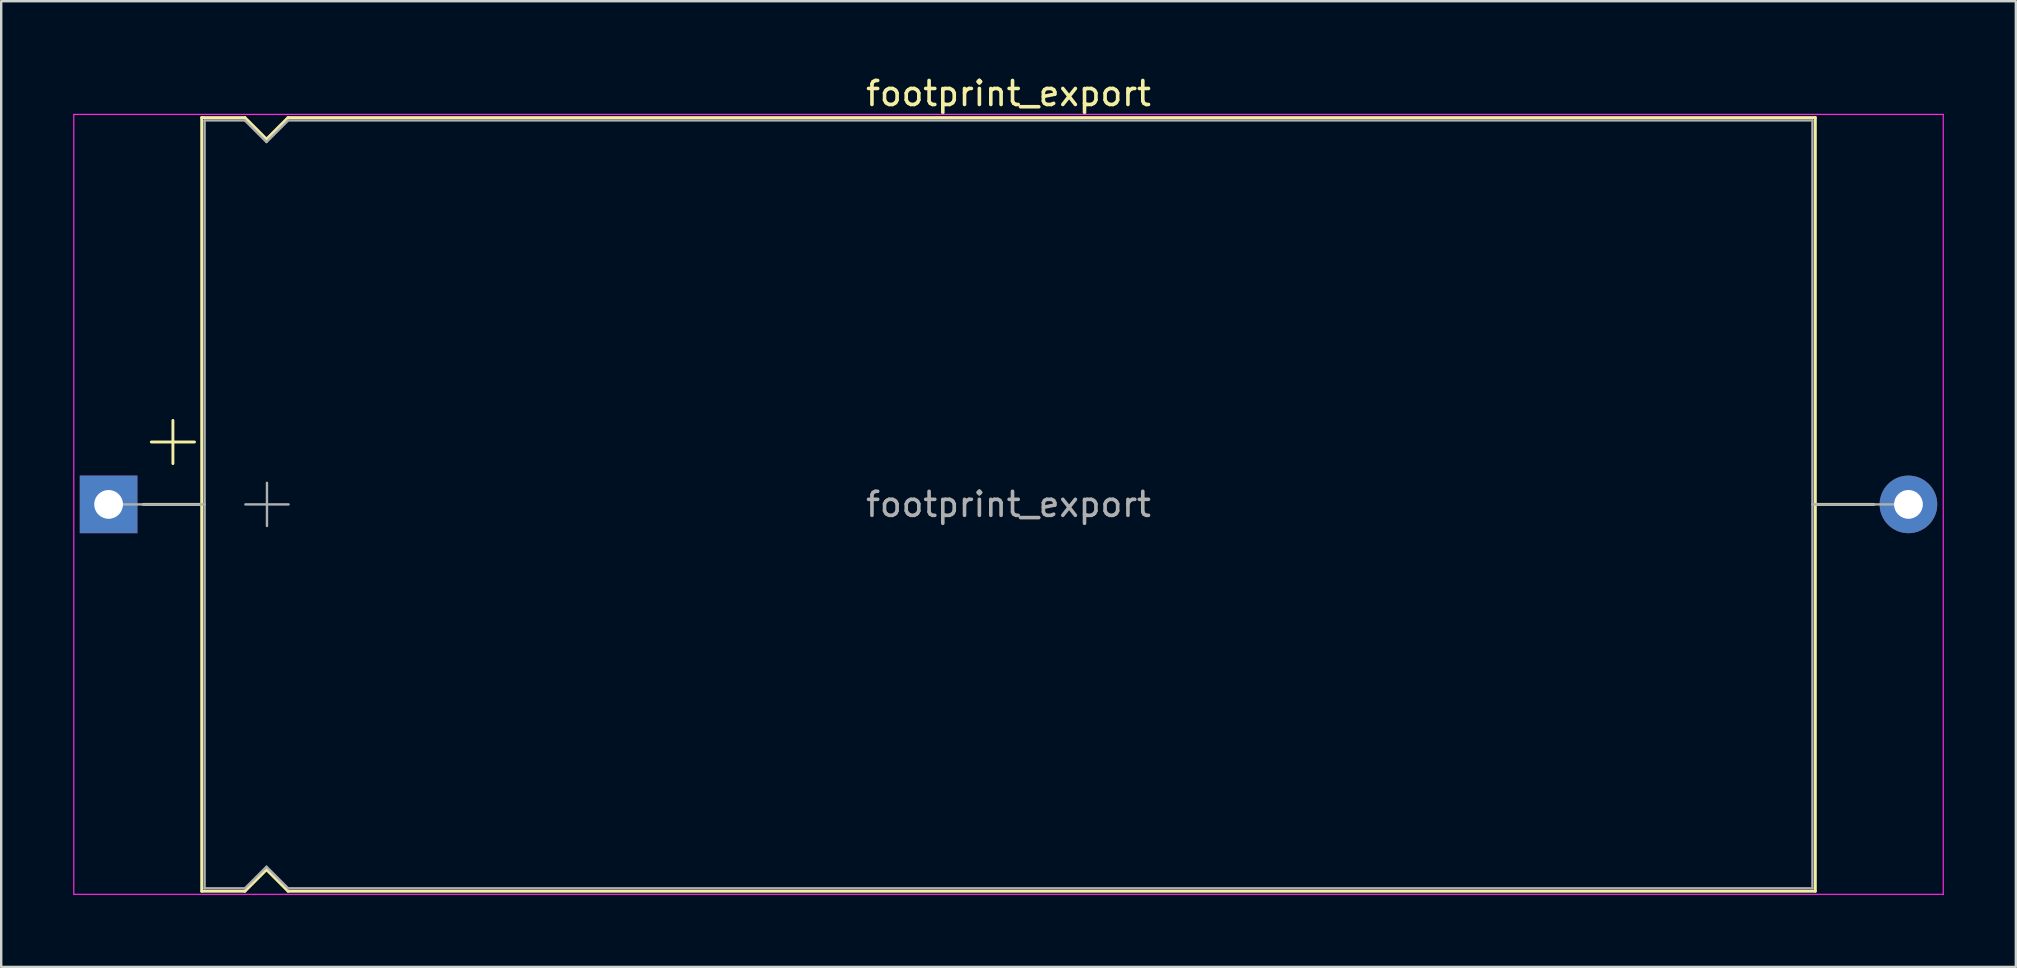
<source format=kicad_pcb>
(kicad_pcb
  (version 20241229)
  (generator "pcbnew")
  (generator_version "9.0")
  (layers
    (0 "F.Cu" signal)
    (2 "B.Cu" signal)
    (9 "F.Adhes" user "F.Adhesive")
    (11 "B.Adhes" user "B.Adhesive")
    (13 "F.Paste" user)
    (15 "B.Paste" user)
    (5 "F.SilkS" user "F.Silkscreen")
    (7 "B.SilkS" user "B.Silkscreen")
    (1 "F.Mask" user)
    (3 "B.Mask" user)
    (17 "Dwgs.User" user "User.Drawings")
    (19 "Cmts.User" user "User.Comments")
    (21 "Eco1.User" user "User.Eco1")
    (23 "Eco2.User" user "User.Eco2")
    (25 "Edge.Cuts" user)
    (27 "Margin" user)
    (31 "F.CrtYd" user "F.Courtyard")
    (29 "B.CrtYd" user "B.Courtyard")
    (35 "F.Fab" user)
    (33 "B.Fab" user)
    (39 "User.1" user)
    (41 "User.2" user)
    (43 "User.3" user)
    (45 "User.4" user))
  (footprint "footprint_export"
    (layer "F.Cu")
    (at 1.475 17.968)
    (property "Reference" "footprint_export" (at 37.5 -17.12 0) (layer "F.SilkS") (effects (font (size 1 1) (thickness 0.15))))
    (attr through_hole)
    (fp_line (start 1.44 0) (end 3.88 0) (stroke (width 0.12) (type solid)) (layer "F.SilkS"))
    (fp_line (start 1.78 -2.6) (end 3.58 -2.6) (stroke (width 0.12) (type solid)) (layer "F.SilkS"))
    (fp_line (start 2.68 -3.5) (end 2.68 -1.7) (stroke (width 0.12) (type solid)) (layer "F.SilkS"))
    (fp_line (start 3.88 -16.12) (end 3.88 16.12) (stroke (width 0.12) (type solid)) (layer "F.SilkS"))
    (fp_line (start 3.88 -16.12) (end 5.68 -16.12) (stroke (width 0.12) (type solid)) (layer "F.SilkS"))
    (fp_line (start 3.88 16.12) (end 5.68 16.12) (stroke (width 0.12) (type solid)) (layer "F.SilkS"))
    (fp_line (start 5.68 -16.12) (end 6.58 -15.22) (stroke (width 0.12) (type solid)) (layer "F.SilkS"))
    (fp_line (start 5.68 16.12) (end 6.58 15.22) (stroke (width 0.12) (type solid)) (layer "F.SilkS"))
    (fp_line (start 6.58 -15.22) (end 7.48 -16.12) (stroke (width 0.12) (type solid)) (layer "F.SilkS"))
    (fp_line (start 6.58 15.22) (end 7.48 16.12) (stroke (width 0.12) (type solid)) (layer "F.SilkS"))
    (fp_line (start 7.48 -16.12) (end 71.12 -16.12) (stroke (width 0.12) (type solid)) (layer "F.SilkS"))
    (fp_line (start 7.48 16.12) (end 71.12 16.12) (stroke (width 0.12) (type solid)) (layer "F.SilkS"))
    (fp_line (start 71.12 -16.12) (end 71.12 16.12) (stroke (width 0.12) (type solid)) (layer "F.SilkS"))
    (fp_line (start 73.56 0) (end 71.12 0) (stroke (width 0.12) (type solid)) (layer "F.SilkS"))
    (fp_line (start -1.45 -16.25) (end -1.45 16.25) (stroke (width 0.05) (type solid)) (layer "F.CrtYd"))
    (fp_line (start -1.45 16.25) (end 76.45 16.25) (stroke (width 0.05) (type solid)) (layer "F.CrtYd"))
    (fp_line (start 76.45 -16.25) (end -1.45 -16.25) (stroke (width 0.05) (type solid)) (layer "F.CrtYd"))
    (fp_line (start 76.45 16.25) (end 76.45 -16.25) (stroke (width 0.05) (type solid)) (layer "F.CrtYd"))
    (fp_line (start 0 0) (end 4 0) (stroke (width 0.1) (type solid)) (layer "F.Fab"))
    (fp_line (start 4 -16) (end 4 16) (stroke (width 0.1) (type solid)) (layer "F.Fab"))
    (fp_line (start 4 -16) (end 5.68 -16) (stroke (width 0.1) (type solid)) (layer "F.Fab"))
    (fp_line (start 4 16) (end 5.68 16) (stroke (width 0.1) (type solid)) (layer "F.Fab"))
    (fp_line (start 5.68 -16) (end 6.58 -15.1) (stroke (width 0.1) (type solid)) (layer "F.Fab"))
    (fp_line (start 5.68 16) (end 6.58 15.1) (stroke (width 0.1) (type solid)) (layer "F.Fab"))
    (fp_line (start 5.7 0) (end 7.5 0) (stroke (width 0.1) (type solid)) (layer "F.Fab"))
    (fp_line (start 6.58 -15.1) (end 7.48 -16) (stroke (width 0.1) (type solid)) (layer "F.Fab"))
    (fp_line (start 6.58 15.1) (end 7.48 16) (stroke (width 0.1) (type solid)) (layer "F.Fab"))
    (fp_line (start 6.6 -0.9) (end 6.6 0.9) (stroke (width 0.1) (type solid)) (layer "F.Fab"))
    (fp_line (start 7.48 -16) (end 71 -16) (stroke (width 0.1) (type solid)) (layer "F.Fab"))
    (fp_line (start 7.48 16) (end 71 16) (stroke (width 0.1) (type solid)) (layer "F.Fab"))
    (fp_line (start 71 -16) (end 71 16) (stroke (width 0.1) (type solid)) (layer "F.Fab"))
    (fp_line (start 75 0) (end 71 0) (stroke (width 0.1) (type solid)) (layer "F.Fab"))
    (fp_text user "${REFERENCE}" (at 37.5 0 0) (layer "F.Fab") (effects (font (size 1 1) (thickness 0.15))))
    (pad "1" thru_hole rect (at 0 0) (size 2.4 2.4) (drill 1.2) (layers "*.Cu" "*.Mask"))
    (pad "2" thru_hole oval (at 75 0) (size 2.4 2.4) (drill 1.2) (layers "*.Cu" "*.Mask")))
  (gr_rect
    (start -3 -3)
    (end 80.95 37.243)
    (stroke (width 0.1) (type default))
    (fill no)
    (layer "Edge.Cuts")))
</source>
